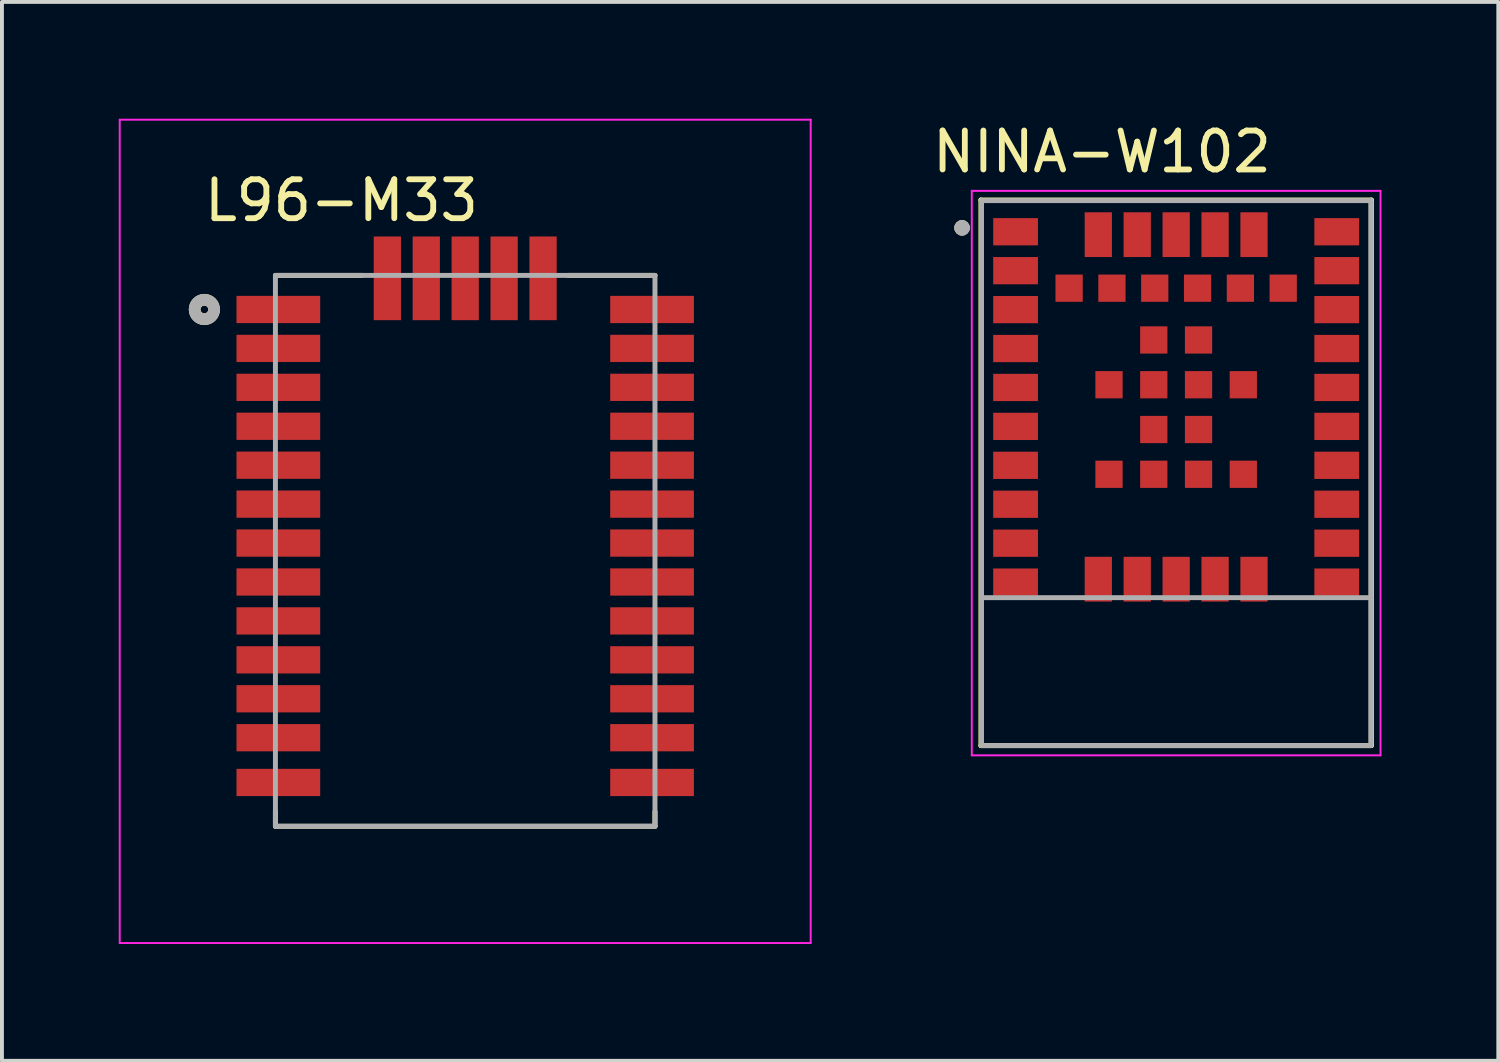
<source format=kicad_pcb>
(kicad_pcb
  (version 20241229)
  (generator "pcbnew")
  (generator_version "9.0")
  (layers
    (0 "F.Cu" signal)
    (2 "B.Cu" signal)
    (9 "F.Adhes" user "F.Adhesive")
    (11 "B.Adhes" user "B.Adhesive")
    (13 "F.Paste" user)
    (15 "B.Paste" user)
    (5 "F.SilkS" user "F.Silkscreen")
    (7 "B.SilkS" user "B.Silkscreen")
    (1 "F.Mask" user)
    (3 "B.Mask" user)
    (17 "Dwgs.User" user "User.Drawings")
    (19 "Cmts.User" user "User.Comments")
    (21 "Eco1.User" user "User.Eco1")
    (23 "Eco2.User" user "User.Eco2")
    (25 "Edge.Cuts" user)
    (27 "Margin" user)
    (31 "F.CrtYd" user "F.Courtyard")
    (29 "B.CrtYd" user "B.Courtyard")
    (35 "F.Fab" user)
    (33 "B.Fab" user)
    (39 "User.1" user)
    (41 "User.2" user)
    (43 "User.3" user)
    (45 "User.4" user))
  (footprint "L96-M33"
    (layer "F.Cu")
    (at 8.9 11.1)
    (property "Reference" "L96-M33" (at -3.179 -9 0) (layer "F.SilkS") (effects (font (size 1 1) (thickness 0.15))))
    (attr smd)
    (fp_line (start -4.875 -7.075) (end -2.65 -7.075) (stroke (width 0.127) (type solid)) (layer "F.SilkS"))
    (fp_line (start -4.875 6.7) (end -4.875 7.075) (stroke (width 0.127) (type solid)) (layer "F.SilkS"))
    (fp_line (start -4.875 7.075) (end 4.875 7.075) (stroke (width 0.127) (type solid)) (layer "F.SilkS"))
    (fp_line (start 2.65 -7.075) (end 4.875 -7.075) (stroke (width 0.127) (type solid)) (layer "F.SilkS"))
    (fp_line (start 4.875 7.075) (end 4.875 6.7) (stroke (width 0.127) (type solid)) (layer "F.SilkS"))
    (fp_circle (center -6.7 -6.2) (end -6.6 -6.2) (stroke (width 0.3) (type solid)) (fill no) (layer "F.SilkS"))
    (fp_line (start -8.875 -11.075) (end -8.875 10.075) (stroke (width 0.05) (type solid)) (layer "F.CrtYd"))
    (fp_line (start -8.875 10.075) (end 8.875 10.075) (stroke (width 0.05) (type solid)) (layer "F.CrtYd"))
    (fp_line (start 8.875 -11.075) (end -8.875 -11.075) (stroke (width 0.05) (type solid)) (layer "F.CrtYd"))
    (fp_line (start 8.875 10.075) (end 8.875 -11.075) (stroke (width 0.05) (type solid)) (layer "F.CrtYd"))
    (fp_line (start -4.875 -7.075) (end 4.875 -7.075) (stroke (width 0.127) (type solid)) (layer "F.Fab"))
    (fp_line (start -4.875 7.075) (end -4.875 -7.075) (stroke (width 0.127) (type solid)) (layer "F.Fab"))
    (fp_line (start 4.875 -7.075) (end 4.875 7.075) (stroke (width 0.127) (type solid)) (layer "F.Fab"))
    (fp_line (start 4.875 7.075) (end -4.875 7.075) (stroke (width 0.127) (type solid)) (layer "F.Fab"))
    (fp_circle (center -6.7 -6.2) (end -6.6 -6.2) (stroke (width 0.3) (type solid)) (fill no) (layer "F.Fab"))
    (pad "1" smd rect (at -4.8 -6.2) (size 2.15 0.7) (layers "F.Cu" "F.Mask" "F.Paste"))
    (pad "2" smd rect (at -4.8 -5.2) (size 2.15 0.7) (layers "F.Cu" "F.Mask" "F.Paste"))
    (pad "3" smd rect (at -4.8 -4.2) (size 2.15 0.7) (layers "F.Cu" "F.Mask" "F.Paste"))
    (pad "4" smd rect (at -4.8 -3.2) (size 2.15 0.7) (layers "F.Cu" "F.Mask" "F.Paste"))
    (pad "5" smd rect (at -4.8 -2.2) (size 2.15 0.7) (layers "F.Cu" "F.Mask" "F.Paste"))
    (pad "6" smd rect (at -4.8 -1.2) (size 2.15 0.7) (layers "F.Cu" "F.Mask" "F.Paste"))
    (pad "7" smd rect (at -4.8 -0.2) (size 2.15 0.7) (layers "F.Cu" "F.Mask" "F.Paste"))
    (pad "8" smd rect (at -4.8 0.8) (size 2.15 0.7) (layers "F.Cu" "F.Mask" "F.Paste"))
    (pad "9" smd rect (at -4.8 1.8) (size 2.15 0.7) (layers "F.Cu" "F.Mask" "F.Paste"))
    (pad "10" smd rect (at -4.8 2.8) (size 2.15 0.7) (layers "F.Cu" "F.Mask" "F.Paste"))
    (pad "11" smd rect (at -4.8 3.8) (size 2.15 0.7) (layers "F.Cu" "F.Mask" "F.Paste"))
    (pad "12" smd rect (at -4.8 4.8) (size 2.15 0.7) (layers "F.Cu" "F.Mask" "F.Paste"))
    (pad "13" smd rect (at -4.8 5.95) (size 2.15 0.7) (layers "F.Cu" "F.Mask" "F.Paste"))
    (pad "14" smd rect (at 4.8 5.95) (size 2.15 0.7) (layers "F.Cu" "F.Mask" "F.Paste"))
    (pad "15" smd rect (at 4.8 4.8) (size 2.15 0.7) (layers "F.Cu" "F.Mask" "F.Paste"))
    (pad "16" smd rect (at 4.8 3.8) (size 2.15 0.7) (layers "F.Cu" "F.Mask" "F.Paste"))
    (pad "17" smd rect (at 4.8 2.8) (size 2.15 0.7) (layers "F.Cu" "F.Mask" "F.Paste"))
    (pad "18" smd rect (at 4.8 1.8) (size 2.15 0.7) (layers "F.Cu" "F.Mask" "F.Paste"))
    (pad "19" smd rect (at 4.8 0.8) (size 2.15 0.7) (layers "F.Cu" "F.Mask" "F.Paste"))
    (pad "20" smd rect (at 4.8 -0.2) (size 2.15 0.7) (layers "F.Cu" "F.Mask" "F.Paste"))
    (pad "21" smd rect (at 4.8 -1.2) (size 2.15 0.7) (layers "F.Cu" "F.Mask" "F.Paste"))
    (pad "22" smd rect (at 4.8 -2.2) (size 2.15 0.7) (layers "F.Cu" "F.Mask" "F.Paste"))
    (pad "23" smd rect (at 4.8 -3.2) (size 2.15 0.7) (layers "F.Cu" "F.Mask" "F.Paste"))
    (pad "24" smd rect (at 4.8 -4.2) (size 2.15 0.7) (layers "F.Cu" "F.Mask" "F.Paste"))
    (pad "25" smd rect (at 4.8 -5.2) (size 2.15 0.7) (layers "F.Cu" "F.Mask" "F.Paste"))
    (pad "26" smd rect (at 4.8 -6.2) (size 2.15 0.7) (layers "F.Cu" "F.Mask" "F.Paste"))
    (pad "27" smd rect (at 2 -7 90) (size 2.15 0.7) (layers "F.Cu" "F.Mask" "F.Paste"))
    (pad "28" smd rect (at 1 -7 90) (size 2.15 0.7) (layers "F.Cu" "F.Mask" "F.Paste"))
    (pad "29" smd rect (at 0 -7 90) (size 2.15 0.7) (layers "F.Cu" "F.Mask" "F.Paste"))
    (pad "30" smd rect (at -1 -7 90) (size 2.15 0.7) (layers "F.Cu" "F.Mask" "F.Paste"))
    (pad "31" smd rect (at -2 -7 90) (size 2.15 0.7) (layers "F.Cu" "F.Mask" "F.Paste")))
  (footprint "NINA-W102"
    (layer "F.Cu")
    (at 27.163 9.103)
    (property "Reference" "NINA-W102" (at -1.905 -8.255 0) (layer "F.SilkS") (effects (font (size 1 1) (thickness 0.15))))
    (attr smd)
    (fp_line (start -5.015 -7.015) (end 5.015 -7.015) (stroke (width 0.127) (type solid)) (layer "F.SilkS"))
    (fp_line (start -5.015 7) (end -5.015 -7.015) (stroke (width 0.127) (type solid)) (layer "F.SilkS"))
    (fp_line (start 5.015 -7.015) (end 5.015 7) (stroke (width 0.127) (type solid)) (layer "F.SilkS"))
    (fp_line (start 5.015 7) (end -5.015 7) (stroke (width 0.127) (type solid)) (layer "F.SilkS"))
    (fp_circle (center -5.5 -6.3) (end -5.4 -6.3) (stroke (width 0.2) (type solid)) (fill no) (layer "F.SilkS"))
    (fp_line (start -5.25 -7.25) (end 5.25 -7.25) (stroke (width 0.05) (type solid)) (layer "F.CrtYd"))
    (fp_line (start -5.25 7.25) (end -5.25 -7.25) (stroke (width 0.05) (type solid)) (layer "F.CrtYd"))
    (fp_line (start 5.25 -7.25) (end 5.25 7.25) (stroke (width 0.05) (type solid)) (layer "F.CrtYd"))
    (fp_line (start 5.25 7.25) (end -5.25 7.25) (stroke (width 0.05) (type solid)) (layer "F.CrtYd"))
    (fp_line (start -5 -7) (end 5 -7) (stroke (width 0.127) (type solid)) (layer "F.Fab"))
    (fp_line (start -5 3.2) (end -5 -7) (stroke (width 0.127) (type solid)) (layer "F.Fab"))
    (fp_line (start -5 7) (end -5 3.2) (stroke (width 0.127) (type solid)) (layer "F.Fab"))
    (fp_line (start 5 -7) (end 5 3.2) (stroke (width 0.127) (type solid)) (layer "F.Fab"))
    (fp_line (start 5 3.2) (end -5 3.2) (stroke (width 0.127) (type solid)) (layer "F.Fab"))
    (fp_line (start 5 3.2) (end 5 7) (stroke (width 0.127) (type solid)) (layer "F.Fab"))
    (fp_line (start 5 7) (end -5 7) (stroke (width 0.127) (type solid)) (layer "F.Fab"))
    (fp_circle (center -5.5 -6.3) (end -5.4 -6.3) (stroke (width 0.2) (type solid)) (fill no) (layer "F.Fab"))
    (pad "1" smd rect (at -4.125 -6.2 270) (size 0.7 1.15) (layers "F.Cu" "F.Mask" "F.Paste"))
    (pad "2" smd rect (at -4.125 -5.2 270) (size 0.7 1.15) (layers "F.Cu" "F.Mask" "F.Paste"))
    (pad "3" smd rect (at -4.125 -4.2 270) (size 0.7 1.15) (layers "F.Cu" "F.Mask" "F.Paste"))
    (pad "4" smd rect (at -4.125 -3.2 270) (size 0.7 1.15) (layers "F.Cu" "F.Mask" "F.Paste"))
    (pad "5" smd rect (at -4.125 -2.2 270) (size 0.7 1.15) (layers "F.Cu" "F.Mask" "F.Paste"))
    (pad "6" smd rect (at -4.125 -1.2 270) (size 0.7 1.15) (layers "F.Cu" "F.Mask" "F.Paste"))
    (pad "7" smd rect (at -4.125 -0.2 270) (size 0.7 1.15) (layers "F.Cu" "F.Mask" "F.Paste"))
    (pad "8" smd rect (at -4.125 0.8 270) (size 0.7 1.15) (layers "F.Cu" "F.Mask" "F.Paste"))
    (pad "9" smd rect (at -4.125 1.8 270) (size 0.7 1.15) (layers "F.Cu" "F.Mask" "F.Paste"))
    (pad "10" smd rect (at -4.125 2.8 270) (size 0.7 1.15) (layers "F.Cu" "F.Mask" "F.Paste"))
    (pad "11" smd rect (at -2 2.725) (size 0.7 1.15) (layers "F.Cu" "F.Mask" "F.Paste"))
    (pad "12" smd rect (at -1 2.725) (size 0.7 1.15) (layers "F.Cu" "F.Mask" "F.Paste"))
    (pad "13" smd rect (at 0 2.725) (size 0.7 1.15) (layers "F.Cu" "F.Mask" "F.Paste"))
    (pad "14" smd rect (at 1 2.725) (size 0.7 1.15) (layers "F.Cu" "F.Mask" "F.Paste"))
    (pad "15" smd rect (at 2 2.725) (size 0.7 1.15) (layers "F.Cu" "F.Mask" "F.Paste"))
    (pad "16" smd rect (at 4.125 2.8 270) (size 0.7 1.15) (layers "F.Cu" "F.Mask" "F.Paste"))
    (pad "17" smd rect (at 4.125 1.8 270) (size 0.7 1.15) (layers "F.Cu" "F.Mask" "F.Paste"))
    (pad "18" smd rect (at 4.125 0.8 270) (size 0.7 1.15) (layers "F.Cu" "F.Mask" "F.Paste"))
    (pad "19" smd rect (at 4.125 -0.2 270) (size 0.7 1.15) (layers "F.Cu" "F.Mask" "F.Paste"))
    (pad "20" smd rect (at 4.125 -1.2 270) (size 0.7 1.15) (layers "F.Cu" "F.Mask" "F.Paste"))
    (pad "21" smd rect (at 4.125 -2.2 270) (size 0.7 1.15) (layers "F.Cu" "F.Mask" "F.Paste"))
    (pad "22" smd rect (at 4.125 -3.2 270) (size 0.7 1.15) (layers "F.Cu" "F.Mask" "F.Paste"))
    (pad "23" smd rect (at 4.125 -4.2 270) (size 0.7 1.15) (layers "F.Cu" "F.Mask" "F.Paste"))
    (pad "24" smd rect (at 4.125 -5.2 270) (size 0.7 1.15) (layers "F.Cu" "F.Mask" "F.Paste"))
    (pad "25" smd rect (at 4.125 -6.2 270) (size 0.7 1.15) (layers "F.Cu" "F.Mask" "F.Paste"))
    (pad "26" smd rect (at 2 -6.125) (size 0.7 1.15) (layers "F.Cu" "F.Mask" "F.Paste"))
    (pad "27" smd rect (at 1 -6.125) (size 0.7 1.15) (layers "F.Cu" "F.Mask" "F.Paste"))
    (pad "28" smd rect (at 0 -6.125) (size 0.7 1.15) (layers "F.Cu" "F.Mask" "F.Paste"))
    (pad "29" smd rect (at -1 -6.125) (size 0.7 1.15) (layers "F.Cu" "F.Mask" "F.Paste"))
    (pad "30" smd rect (at -2 -6.125) (size 0.7 1.15) (layers "F.Cu" "F.Mask" "F.Paste"))
    (pad "31" smd rect (at -2.75 -4.75 270) (size 0.7 0.7) (layers "F.Cu" "F.Mask" "F.Paste"))
    (pad "32" smd rect (at -1.65 -4.75 270) (size 0.7 0.7) (layers "F.Cu" "F.Mask" "F.Paste"))
    (pad "33" smd rect (at -0.55 -4.75 270) (size 0.7 0.7) (layers "F.Cu" "F.Mask" "F.Paste"))
    (pad "34" smd rect (at 0.55 -4.75 270) (size 0.7 0.7) (layers "F.Cu" "F.Mask" "F.Paste"))
    (pad "35" smd rect (at 1.65 -4.75 270) (size 0.7 0.7) (layers "F.Cu" "F.Mask" "F.Paste"))
    (pad "36" smd rect (at 2.75 -4.75 270) (size 0.7 0.7) (layers "F.Cu" "F.Mask" "F.Paste"))
    (pad "37" smd rect (at -0.575 -3.42 270) (size 0.7 0.7) (layers "F.Cu" "F.Mask" "F.Paste"))
    (pad "38" smd rect (at 0.575 -3.42 270) (size 0.7 0.7) (layers "F.Cu" "F.Mask" "F.Paste"))
    (pad "39" smd rect (at -1.725 -2.27 270) (size 0.7 0.7) (layers "F.Cu" "F.Mask" "F.Paste"))
    (pad "40" smd rect (at -0.575 -2.27 270) (size 0.7 0.7) (layers "F.Cu" "F.Mask" "F.Paste"))
    (pad "41" smd rect (at 0.575 -2.27 270) (size 0.7 0.7) (layers "F.Cu" "F.Mask" "F.Paste"))
    (pad "42" smd rect (at 1.725 -2.27 270) (size 0.7 0.7) (layers "F.Cu" "F.Mask" "F.Paste"))
    (pad "43" smd rect (at -0.575 -1.12 270) (size 0.7 0.7) (layers "F.Cu" "F.Mask" "F.Paste"))
    (pad "44" smd rect (at 0.575 -1.12 270) (size 0.7 0.7) (layers "F.Cu" "F.Mask" "F.Paste"))
    (pad "45" smd rect (at -1.725 0.03 270) (size 0.7 0.7) (layers "F.Cu" "F.Mask" "F.Paste"))
    (pad "46" smd rect (at -0.575 0.03 270) (size 0.7 0.7) (layers "F.Cu" "F.Mask" "F.Paste"))
    (pad "47" smd rect (at 0.575 0.03 270) (size 0.7 0.7) (layers "F.Cu" "F.Mask" "F.Paste"))
    (pad "48" smd rect (at 1.725 0.03 270) (size 0.7 0.7) (layers "F.Cu" "F.Mask" "F.Paste")))
  (gr_rect
    (start -3 -3)
    (end 35.438 24.2)
    (stroke (width 0.1) (type default))
    (fill no)
    (layer "Edge.Cuts")))
</source>
